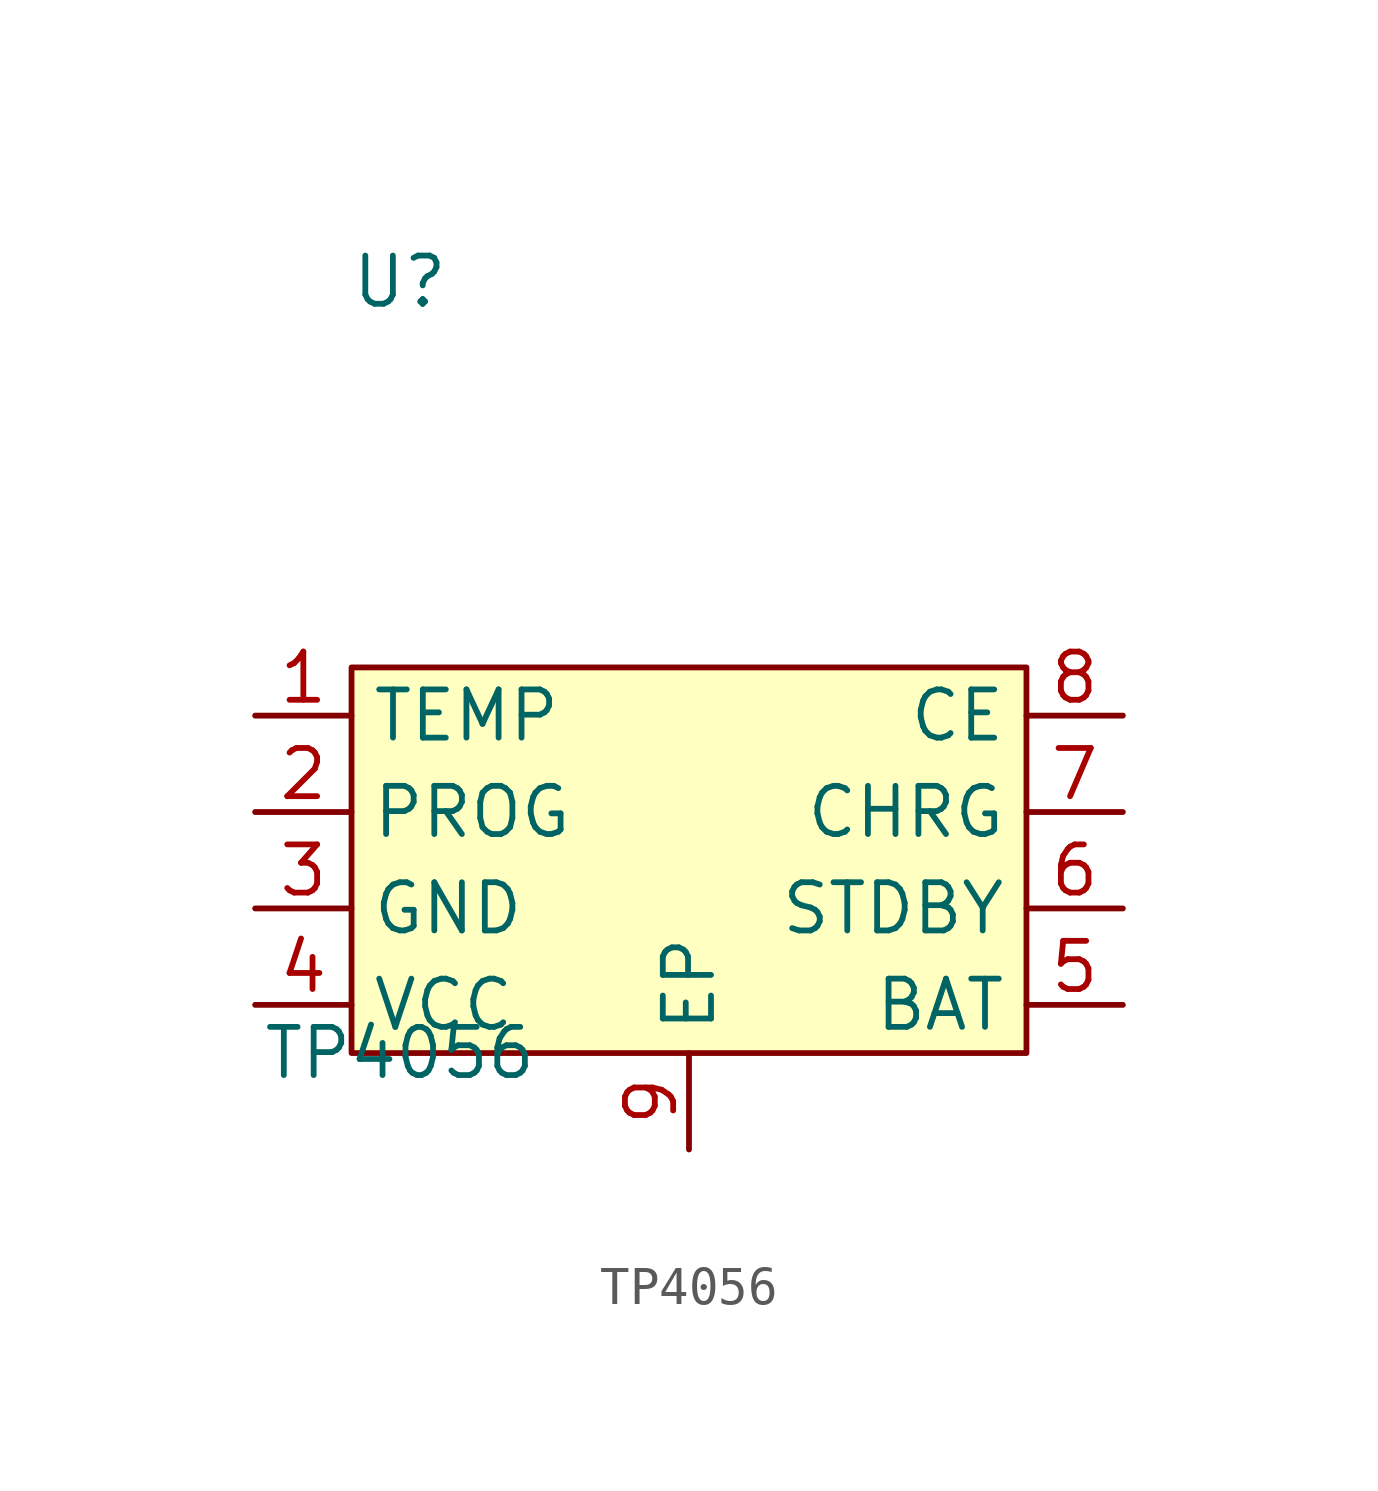
<source format=kicad_sym>
(kicad_symbol_lib
  (version 20220914)
  (generator kicad_symbol_editor)
  (symbol "TP4056"
    (property "Reference" "U"
      (at -7.62 15.24 0)
      (effects (font (size 1.27 1.27))))
    (property "Value" "TP4056"
      (at -7.62 -5.08 0)
      (effects (font (size 1.27 1.27))))
    (symbol "TP4056_1_1"
      (rectangle (start -8.89 5.08) (end 8.89 -5.08) (stroke (width 0) (type default)) (fill (type background)))
      (pin bidirectional line (at -11.43 3.81 0) (length 2.54) (name "TEMP" (effects (font (size 1.27 1.27)))) (number "1" (effects (font (size 1.27 1.27)))))
      (pin bidirectional line (at -11.43 1.27 0) (length 2.54) (name "PROG" (effects (font (size 1.27 1.27)))) (number "2" (effects (font (size 1.27 1.27)))))
      (pin bidirectional line (at -11.43 -1.27 0) (length 2.54) (name "GND" (effects (font (size 1.27 1.27)))) (number "3" (effects (font (size 1.27 1.27)))))
      (pin bidirectional line (at -11.43 -3.81 0) (length 2.54) (name "VCC" (effects (font (size 1.27 1.27)))) (number "4" (effects (font (size 1.27 1.27)))))
      (pin bidirectional line (at 11.43 -3.81 180) (length 2.54) (name "BAT" (effects (font (size 1.27 1.27)))) (number "5" (effects (font (size 1.27 1.27)))))
      (pin bidirectional line (at 11.43 -1.27 180) (length 2.54) (name "STDBY" (effects (font (size 1.27 1.27)))) (number "6" (effects (font (size 1.27 1.27)))))
      (pin bidirectional line (at 11.43 1.27 180) (length 2.54) (name "CHRG" (effects (font (size 1.27 1.27)))) (number "7" (effects (font (size 1.27 1.27)))))
      (pin bidirectional line (at 11.43 3.81 180) (length 2.54) (name "CE" (effects (font (size 1.27 1.27)))) (number "8" (effects (font (size 1.27 1.27)))))
      (pin bidirectional line (at 0 -7.62 90) (length 2.54) (name "EP" (effects (font (size 1.27 1.27)))) (number "9" (effects (font (size 1.27 1.27))))))))
</source>
